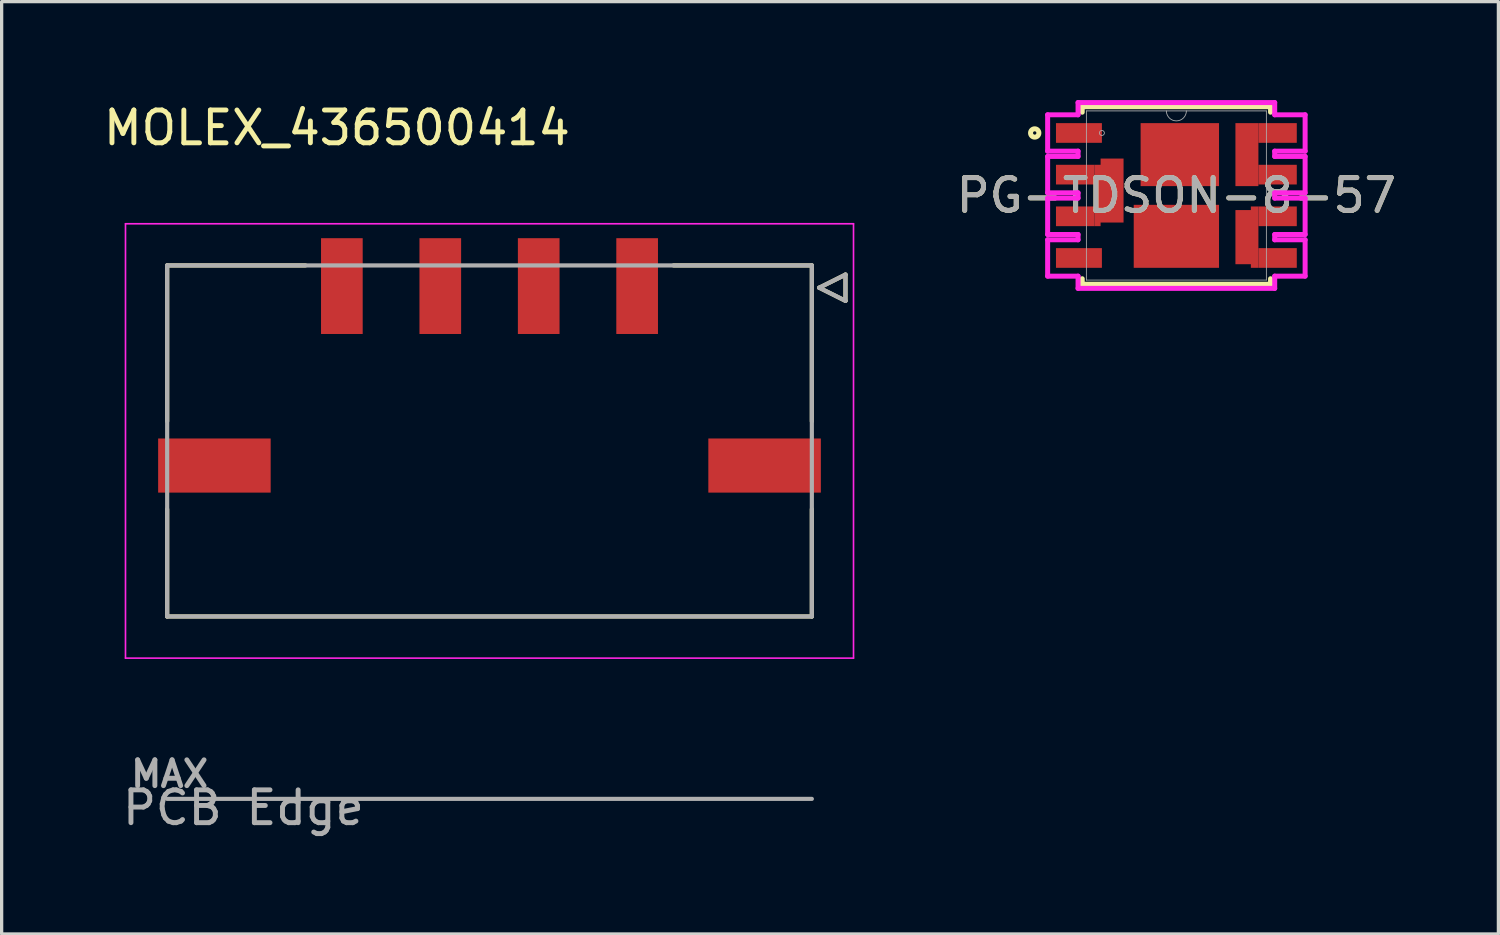
<source format=kicad_pcb>
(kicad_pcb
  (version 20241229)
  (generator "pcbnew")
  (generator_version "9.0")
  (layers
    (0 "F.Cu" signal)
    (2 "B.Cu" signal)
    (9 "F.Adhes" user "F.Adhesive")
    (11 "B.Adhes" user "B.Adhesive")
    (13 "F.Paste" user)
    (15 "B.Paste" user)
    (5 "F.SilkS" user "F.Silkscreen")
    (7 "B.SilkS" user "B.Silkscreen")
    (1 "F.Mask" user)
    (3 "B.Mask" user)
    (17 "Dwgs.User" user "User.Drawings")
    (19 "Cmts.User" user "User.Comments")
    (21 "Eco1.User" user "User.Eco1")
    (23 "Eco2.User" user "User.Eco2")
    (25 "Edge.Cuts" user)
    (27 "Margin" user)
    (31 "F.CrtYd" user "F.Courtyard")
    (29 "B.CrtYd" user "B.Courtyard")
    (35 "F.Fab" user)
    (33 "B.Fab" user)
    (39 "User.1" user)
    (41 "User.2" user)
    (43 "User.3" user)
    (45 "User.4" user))
  (footprint "MOLEX_436500414"
    (layer "F.Cu")
    (at 11.87 10.79)
    (property "Reference" "MOLEX_436500414" (at -4.65 -9.942 0) (layer "F.SilkS") (effects (font (size 1 1) (thickness 0.15))))
    (attr smd)
    (fp_poly (pts (xy -10.176 -0.551) (xy -6.594 -0.551) (xy -6.594 1.251) (xy -10.176 1.251)) (stroke (width 0.01) (type solid)) (fill yes) (layer "F.Mask"))
    (fp_poly (pts (xy -5.211 -6.656) (xy -3.789 -6.656) (xy -3.789 -3.584) (xy -5.211 -3.584)) (stroke (width 0.01) (type solid)) (fill yes) (layer "F.Mask"))
    (fp_poly (pts (xy -2.211 -6.656) (xy -0.789 -6.656) (xy -0.789 -3.584) (xy -2.211 -3.584)) (stroke (width 0.01) (type solid)) (fill yes) (layer "F.Mask"))
    (fp_poly (pts (xy 0.789 -6.656) (xy 2.211 -6.656) (xy 2.211 -3.584) (xy 0.789 -3.584)) (stroke (width 0.01) (type solid)) (fill yes) (layer "F.Mask"))
    (fp_poly (pts (xy 3.789 -6.656) (xy 5.211 -6.656) (xy 5.211 -3.584) (xy 3.789 -3.584)) (stroke (width 0.01) (type solid)) (fill yes) (layer "F.Mask"))
    (fp_poly (pts (xy 6.594 -0.551) (xy 10.176 -0.551) (xy 10.176 1.251) (xy 6.594 1.251)) (stroke (width 0.01) (type solid)) (fill yes) (layer "F.Mask"))
    (fp_line (start -9.825 -5.75) (end -9.825 -1) (stroke (width 0.127) (type solid)) (layer "F.SilkS"))
    (fp_line (start -9.825 -5.75) (end -5.61 -5.75) (stroke (width 0.127) (type solid)) (layer "F.SilkS"))
    (fp_line (start -9.825 1.68) (end -9.825 4.95) (stroke (width 0.127) (type solid)) (layer "F.SilkS"))
    (fp_line (start 9.825 -5.75) (end 5.61 -5.75) (stroke (width 0.127) (type solid)) (layer "F.SilkS"))
    (fp_line (start 9.825 -5.75) (end 9.825 -1) (stroke (width 0.127) (type solid)) (layer "F.SilkS"))
    (fp_line (start 9.825 4.95) (end -9.825 4.95) (stroke (width 0.127) (type solid)) (layer "F.SilkS"))
    (fp_line (start 9.825 4.95) (end 9.825 1.68) (stroke (width 0.127) (type solid)) (layer "F.SilkS"))
    (fp_line (start 10.05 -5.07) (end 10.85 -5.47) (stroke (width 0.127) (type solid)) (layer "F.SilkS"))
    (fp_line (start 10.85 -5.47) (end 10.85 -4.67) (stroke (width 0.127) (type solid)) (layer "F.SilkS"))
    (fp_line (start 10.85 -4.67) (end 10.05 -5.07) (stroke (width 0.127) (type solid)) (layer "F.SilkS"))
    (fp_line (start -11.095 -7.02) (end 11.095 -7.02) (stroke (width 0.05) (type solid)) (layer "F.CrtYd"))
    (fp_line (start -11.095 6.22) (end -11.095 -7.02) (stroke (width 0.05) (type solid)) (layer "F.CrtYd"))
    (fp_line (start 11.095 6.22) (end -11.095 6.22) (stroke (width 0.05) (type solid)) (layer "F.CrtYd"))
    (fp_line (start 11.095 6.22) (end 11.095 -7.02) (stroke (width 0.05) (type solid)) (layer "F.CrtYd"))
    (fp_line (start -9.825 -5.75) (end 9.825 -5.75) (stroke (width 0.127) (type solid)) (layer "F.Fab"))
    (fp_line (start -9.825 4.95) (end -9.825 -5.75) (stroke (width 0.127) (type solid)) (layer "F.Fab"))
    (fp_line (start 9.825 4.95) (end -9.825 4.95) (stroke (width 0.127) (type solid)) (layer "F.Fab"))
    (fp_line (start 9.825 4.95) (end 9.825 -5.75) (stroke (width 0.127) (type solid)) (layer "F.Fab"))
    (fp_line (start 9.825 10.51) (end -9.825 10.51) (stroke (width 0.127) (type solid)) (layer "F.Fab"))
    (fp_line (start 10.05 -5.07) (end 10.85 -5.47) (stroke (width 0.127) (type solid)) (layer "F.Fab"))
    (fp_line (start 10.85 -5.47) (end 10.85 -4.67) (stroke (width 0.127) (type solid)) (layer "F.Fab"))
    (fp_line (start 10.85 -4.67) (end 10.05 -5.07) (stroke (width 0.127) (type solid)) (layer "F.Fab"))
    (fp_text user "PCB Edge" (at -7.5 10.78 0) (layer "F.Fab") (effects (font (size 1 1) (thickness 0.15))))
    (fp_text user "MAX" (at -9.75 9.75 0) (layer "F.Fab") (effects (font (size 0.787 0.787) (thickness 0.15))))
    (pad "1" smd rect (at 4.5 -5.12) (size 1.27 2.92) (layers "F.Cu" "F.Paste"))
    (pad "2" smd rect (at 1.5 -5.12) (size 1.27 2.92) (layers "F.Cu" "F.Paste"))
    (pad "3" smd rect (at -1.5 -5.12) (size 1.27 2.92) (layers "F.Cu" "F.Paste"))
    (pad "4" smd rect (at -4.5 -5.12) (size 1.27 2.92) (layers "F.Cu" "F.Paste"))
    (pad "S1" smd rect (at 8.385 0.35) (size 3.43 1.65) (layers "F.Cu" "F.Paste"))
    (pad "S2" smd rect (at -8.385 0.35) (size 3.43 1.65) (layers "F.Cu" "F.Paste"))
    (zone (net_name "") (layer "F.Cu") (hatch full 0.508) (connect_pads) (min_thickness 0.01) (filled_areas_thickness no) (keepout (tracks not_allowed) (vias not_allowed) (pads not_allowed) (copperpour not_allowed) (footprints allowed)) (placement (enabled no)) (fill) (polygon (pts (xy 3.295 7.49) (xy 5.745 7.49) (xy 5.745 9.09) (xy 3.295 9.09))))
    (zone (net_name "") (layer "F.Cu") (hatch full 0.508) (connect_pads) (min_thickness 0.01) (filled_areas_thickness no) (keepout (tracks not_allowed) (vias not_allowed) (pads not_allowed) (copperpour not_allowed) (footprints allowed)) (placement (enabled no)) (fill) (polygon (pts (xy 17.995 7.49) (xy 20.445 7.49) (xy 20.445 9.09) (xy 17.995 9.09))))
    (zone (net_name "") (layers "F.Cu" "B.Cu") (hatch full 0.508) (connect_pads) (min_thickness 0.01) (filled_areas_thickness no) (keepout (tracks allowed) (vias not_allowed) (pads allowed) (copperpour allowed) (footprints allowed)) (placement (enabled no)) (fill) (polygon (pts (xy 3.295 7.49) (xy 5.745 7.49) (xy 5.745 9.09) (xy 3.295 9.09))))
    (zone (net_name "") (layers "F.Cu" "B.Cu") (hatch full 0.508) (connect_pads) (min_thickness 0.01) (filled_areas_thickness no) (keepout (tracks allowed) (vias not_allowed) (pads allowed) (copperpour allowed) (footprints allowed)) (placement (enabled no)) (fill) (polygon (pts (xy 17.995 7.49) (xy 20.445 7.49) (xy 20.445 9.09) (xy 17.995 9.09)))))
  (footprint "PG-TDSON-8-57"
    (layer "F.Cu")
    (at 32.806 2.908)
    (property "Reference" "PG-TDSON-8-57" (at 0 0 0) (unlocked yes) (layer "F.SilkS") (effects (font (size 1 1) (thickness 0.15))))
    (attr smd)
    (fp_poly (pts (xy -1.3 0.285) (xy 1.3 0.285) (xy 1.3 2.205) (xy -1.3 2.205)) (stroke (width 0) (type solid)) (fill yes) (layer "F.Cu"))
    (fp_poly (pts (xy -1.09 -2.205) (xy 1.3 -2.205) (xy 1.3 -0.285) (xy -1.09 -0.285)) (stroke (width 0) (type solid)) (fill yes) (layer "F.Cu"))
    (fp_poly (pts (xy 2.5 -2.205) (xy 1.8 -2.205) (xy 1.8 -0.285) (xy 2.5 -0.285) (xy 2.5 -0.335) (xy 2.5 -0.935) (xy 2.5 -1.605)) (stroke (width 0) (type solid)) (fill yes) (layer "F.Cu"))
    (fp_poly (pts (xy -1.61 -1.125) (xy -2.31 -1.125) (xy -2.31 -0.935) (xy -2.5 -0.935) (xy -2.5 -0.335) (xy -2.5 0.335) (xy -2.5 0.935) (xy -2.31 0.935) (xy -2.31 0.825) (xy -1.61 0.825)) (stroke (width 0) (type solid)) (fill yes) (layer "F.Cu"))
    (fp_poly (pts (xy 2.5 0.335) (xy 2.27 0.335) (xy 2.27 0.445) (xy 1.8 0.445) (xy 1.8 2.095) (xy 2.27 2.095) (xy 2.27 2.205) (xy 2.5 2.205) (xy 2.5 1.605) (xy 2.5 0.935)) (stroke (width 0) (type solid)) (fill yes) (layer "F.Cu"))
    (fp_poly (pts (xy -1.3 0.285) (xy 1.3 0.285) (xy 1.3 2.205) (xy -1.3 2.205)) (stroke (width 0) (type solid)) (fill yes) (layer "F.Mask"))
    (fp_poly (pts (xy -1.09 -2.205) (xy 1.3 -2.205) (xy 1.3 -0.285) (xy -1.09 -0.285)) (stroke (width 0) (type solid)) (fill yes) (layer "F.Mask"))
    (fp_poly (pts (xy 2.5 -2.205) (xy 1.8 -2.205) (xy 1.8 -0.285) (xy 2.5 -0.285) (xy 2.5 -0.335) (xy 2.5 -0.935) (xy 2.5 -1.605)) (stroke (width 0) (type solid)) (fill yes) (layer "F.Mask"))
    (fp_poly (pts (xy -1.61 -1.125) (xy -2.31 -1.125) (xy -2.31 -0.935) (xy -2.5 -0.935) (xy -2.5 -0.335) (xy -2.5 0.335) (xy -2.5 0.935) (xy -2.31 0.935) (xy -2.31 0.825) (xy -1.61 0.825)) (stroke (width 0) (type solid)) (fill yes) (layer "F.Mask"))
    (fp_poly (pts (xy 2.5 0.335) (xy 2.27 0.335) (xy 2.27 0.445) (xy 1.8 0.445) (xy 1.8 2.095) (xy 2.27 2.095) (xy 2.27 2.205) (xy 2.5 2.205) (xy 2.5 1.605) (xy 2.5 0.935)) (stroke (width 0) (type solid)) (fill yes) (layer "F.Mask"))
    (fp_line (start -2.87 -2.705) (end 2.87 -2.705) (stroke (width 0.152) (type solid)) (layer "F.SilkS"))
    (fp_line (start -2.87 -2.538) (end -2.87 -2.705) (stroke (width 0.152) (type solid)) (layer "F.SilkS"))
    (fp_line (start -2.87 2.705) (end -2.87 2.538) (stroke (width 0.152) (type solid)) (layer "F.SilkS"))
    (fp_line (start 2.87 -2.705) (end 2.87 -2.538) (stroke (width 0.152) (type solid)) (layer "F.SilkS"))
    (fp_line (start 2.87 2.538) (end 2.87 2.705) (stroke (width 0.152) (type solid)) (layer "F.SilkS"))
    (fp_line (start 2.87 2.705) (end -2.87 2.705) (stroke (width 0.152) (type solid)) (layer "F.SilkS"))
    (fp_circle (center -4.318 -1.905) (end -4.191 -1.905) (stroke (width 0.152) (type solid)) (fill no) (layer "F.SilkS"))
    (fp_poly (pts (xy -3.62 1.655) (xy -2.47 1.655) (xy -2.47 2.155) (xy -3.62 2.155)) (stroke (width 0) (type solid)) (fill yes) (layer "F.Paste"))
    (fp_poly (pts (xy -3.62 -2.155) (xy -2.47 -2.155) (xy -2.47 -1.655) (xy -3.62 -1.655)) (stroke (width 0) (type solid)) (fill yes) (layer "F.Paste"))
    (fp_poly (pts (xy -3.62 -0.885) (xy -2.47 -0.885) (xy -2.47 -0.385) (xy -3.62 -0.385)) (stroke (width 0) (type solid)) (fill yes) (layer "F.Paste"))
    (fp_poly (pts (xy -3.62 0.385) (xy -2.47 0.385) (xy -2.47 0.885) (xy -3.62 0.885)) (stroke (width 0) (type solid)) (fill yes) (layer "F.Paste"))
    (fp_poly (pts (xy -2.26 -0.935) (xy -1.66 -0.935) (xy -1.66 0.635) (xy -2.26 0.635)) (stroke (width 0) (type solid)) (fill yes) (layer "F.Paste"))
    (fp_poly (pts (xy -0.885 0.665) (xy -0.135 0.665) (xy -0.135 1.815) (xy -0.885 1.815)) (stroke (width 0) (type solid)) (fill yes) (layer "F.Paste"))
    (fp_poly (pts (xy -0.78 -1.77) (xy -0.03 -1.77) (xy -0.03 -0.72) (xy -0.78 -0.72)) (stroke (width 0) (type solid)) (fill yes) (layer "F.Paste"))
    (fp_poly (pts (xy 0.115 0.665) (xy 0.865 0.665) (xy 0.865 1.815) (xy 0.115 1.815)) (stroke (width 0) (type solid)) (fill yes) (layer "F.Paste"))
    (fp_poly (pts (xy 0.22 -1.77) (xy 0.97 -1.77) (xy 0.97 -0.72) (xy 0.22 -0.72)) (stroke (width 0) (type solid)) (fill yes) (layer "F.Paste"))
    (fp_poly (pts (xy 1.85 -1.68) (xy 2.25 -1.68) (xy 2.25 -0.81) (xy 1.85 -0.81)) (stroke (width 0) (type solid)) (fill yes) (layer "F.Paste"))
    (fp_poly (pts (xy 1.85 0.935) (xy 2.27 0.935) (xy 2.27 1.605) (xy 1.85 1.605)) (stroke (width 0) (type solid)) (fill yes) (layer "F.Paste"))
    (fp_poly (pts (xy 2.47 -2.155) (xy 3.62 -2.155) (xy 3.62 -1.655) (xy 2.47 -1.655)) (stroke (width 0) (type solid)) (fill yes) (layer "F.Paste"))
    (fp_poly (pts (xy 2.47 -0.885) (xy 3.62 -0.885) (xy 3.62 -0.385) (xy 2.47 -0.385)) (stroke (width 0) (type solid)) (fill yes) (layer "F.Paste"))
    (fp_poly (pts (xy 2.47 0.385) (xy 3.62 0.385) (xy 3.62 0.885) (xy 2.47 0.885)) (stroke (width 0) (type solid)) (fill yes) (layer "F.Paste"))
    (fp_poly (pts (xy 2.47 1.655) (xy 3.62 1.655) (xy 3.62 2.155) (xy 2.47 2.155)) (stroke (width 0) (type solid)) (fill yes) (layer "F.Paste"))
    (fp_line (start -3.924 -2.459) (end -3.924 -1.351) (stroke (width 0.152) (type solid)) (layer "F.CrtYd"))
    (fp_line (start -3.924 -1.351) (end -2.997 -1.351) (stroke (width 0.152) (type solid)) (layer "F.CrtYd"))
    (fp_line (start -3.924 -1.189) (end -3.924 -0.081) (stroke (width 0.152) (type solid)) (layer "F.CrtYd"))
    (fp_line (start -3.924 -0.081) (end -2.997 -0.081) (stroke (width 0.152) (type solid)) (layer "F.CrtYd"))
    (fp_line (start -3.924 0.081) (end -3.924 1.189) (stroke (width 0.152) (type solid)) (layer "F.CrtYd"))
    (fp_line (start -3.924 1.189) (end -2.997 1.189) (stroke (width 0.152) (type solid)) (layer "F.CrtYd"))
    (fp_line (start -3.924 1.351) (end -3.924 2.459) (stroke (width 0.152) (type solid)) (layer "F.CrtYd"))
    (fp_line (start -3.924 2.459) (end -2.997 2.459) (stroke (width 0.152) (type solid)) (layer "F.CrtYd"))
    (fp_line (start -2.997 -2.832) (end -2.997 -2.459) (stroke (width 0.152) (type solid)) (layer "F.CrtYd"))
    (fp_line (start -2.997 -2.459) (end -3.924 -2.459) (stroke (width 0.152) (type solid)) (layer "F.CrtYd"))
    (fp_line (start -2.997 -1.351) (end -2.997 -1.189) (stroke (width 0.152) (type solid)) (layer "F.CrtYd"))
    (fp_line (start -2.997 -1.189) (end -3.924 -1.189) (stroke (width 0.152) (type solid)) (layer "F.CrtYd"))
    (fp_line (start -2.997 -0.081) (end -2.997 0.081) (stroke (width 0.152) (type solid)) (layer "F.CrtYd"))
    (fp_line (start -2.997 0.081) (end -3.924 0.081) (stroke (width 0.152) (type solid)) (layer "F.CrtYd"))
    (fp_line (start -2.997 1.189) (end -2.997 1.351) (stroke (width 0.152) (type solid)) (layer "F.CrtYd"))
    (fp_line (start -2.997 1.351) (end -3.924 1.351) (stroke (width 0.152) (type solid)) (layer "F.CrtYd"))
    (fp_line (start -2.997 2.459) (end -2.997 2.832) (stroke (width 0.152) (type solid)) (layer "F.CrtYd"))
    (fp_line (start -2.997 2.832) (end 2.997 2.832) (stroke (width 0.152) (type solid)) (layer "F.CrtYd"))
    (fp_line (start 2.997 -2.832) (end -2.997 -2.832) (stroke (width 0.152) (type solid)) (layer "F.CrtYd"))
    (fp_line (start 2.997 -2.459) (end 2.997 -2.832) (stroke (width 0.152) (type solid)) (layer "F.CrtYd"))
    (fp_line (start 2.997 -1.351) (end 3.924 -1.351) (stroke (width 0.152) (type solid)) (layer "F.CrtYd"))
    (fp_line (start 2.997 -1.189) (end 2.997 -1.351) (stroke (width 0.152) (type solid)) (layer "F.CrtYd"))
    (fp_line (start 2.997 -0.081) (end 3.924 -0.081) (stroke (width 0.152) (type solid)) (layer "F.CrtYd"))
    (fp_line (start 2.997 0.081) (end 2.997 -0.081) (stroke (width 0.152) (type solid)) (layer "F.CrtYd"))
    (fp_line (start 2.997 1.189) (end 3.924 1.189) (stroke (width 0.152) (type solid)) (layer "F.CrtYd"))
    (fp_line (start 2.997 1.351) (end 2.997 1.189) (stroke (width 0.152) (type solid)) (layer "F.CrtYd"))
    (fp_line (start 2.997 2.459) (end 3.924 2.459) (stroke (width 0.152) (type solid)) (layer "F.CrtYd"))
    (fp_line (start 2.997 2.832) (end 2.997 2.459) (stroke (width 0.152) (type solid)) (layer "F.CrtYd"))
    (fp_line (start 3.924 -2.459) (end 2.997 -2.459) (stroke (width 0.152) (type solid)) (layer "F.CrtYd"))
    (fp_line (start 3.924 -1.351) (end 3.924 -2.459) (stroke (width 0.152) (type solid)) (layer "F.CrtYd"))
    (fp_line (start 3.924 -1.189) (end 2.997 -1.189) (stroke (width 0.152) (type solid)) (layer "F.CrtYd"))
    (fp_line (start 3.924 -0.081) (end 3.924 -1.189) (stroke (width 0.152) (type solid)) (layer "F.CrtYd"))
    (fp_line (start 3.924 0.081) (end 2.997 0.081) (stroke (width 0.152) (type solid)) (layer "F.CrtYd"))
    (fp_line (start 3.924 1.189) (end 3.924 0.081) (stroke (width 0.152) (type solid)) (layer "F.CrtYd"))
    (fp_line (start 3.924 1.351) (end 2.997 1.351) (stroke (width 0.152) (type solid)) (layer "F.CrtYd"))
    (fp_line (start 3.924 2.459) (end 3.924 1.351) (stroke (width 0.152) (type solid)) (layer "F.CrtYd"))
    (fp_line (start -2.743 -2.578) (end -2.743 2.578) (stroke (width 0.025) (type solid)) (layer "F.Fab"))
    (fp_line (start -2.743 2.578) (end 2.743 2.578) (stroke (width 0.025) (type solid)) (layer "F.Fab"))
    (fp_line (start 2.743 -2.578) (end -2.743 -2.578) (stroke (width 0.025) (type solid)) (layer "F.Fab"))
    (fp_line (start 2.743 2.578) (end 2.743 -2.578) (stroke (width 0.025) (type solid)) (layer "F.Fab"))
    (fp_arc (start 0.3048 -2.5781) (mid 0 -2.2733) (end -0.3048 -2.5781) (stroke (width 0.0254) (type solid)) (layer "F.Fab"))
    (fp_circle (center -2.27 -1.905) (end -2.194 -1.905) (stroke (width 0.025) (type solid)) (fill no) (layer "F.Fab"))
    (fp_text user "${REFERENCE}" (at 0 0 0) (unlocked yes) (layer "F.Fab") (effects (font (size 1 1) (thickness 0.15))))
    (pad "1" smd rect (at -2.97 -1.905) (size 1.4 0.6) (layers "F.Cu" "F.Mask"))
    (pad "2" smd rect (at -3.085 -0.635) (size 1.17 0.6) (layers "F.Cu" "F.Mask"))
    (pad "3" smd rect (at -3.085 0.635) (size 1.17 0.6) (layers "F.Cu" "F.Mask"))
    (pad "4" smd rect (at -2.97 1.905) (size 1.4 0.6) (layers "F.Cu" "F.Mask"))
    (pad "5" smd rect (at 3.085 1.905) (size 1.17 0.6) (layers "F.Cu" "F.Mask"))
    (pad "6" smd rect (at 3.085 0.635) (size 1.17 0.6) (layers "F.Cu" "F.Mask"))
    (pad "7" smd rect (at 3.085 -0.635) (size 1.17 0.6) (layers "F.Cu" "F.Mask"))
    (pad "8" smd rect (at 3.085 -1.905) (size 1.17 0.6) (layers "F.Cu" "F.Mask"))
    (zone (net_name "") (layer "F.Cu") (hatch full 0.508) (connect_pads) (min_thickness 0.254) (filled_areas_thickness no) (keepout (tracks not_allowed) (vias not_allowed) (pads allowed) (copperpour not_allowed) (footprints allowed)) (placement (enabled no)) (fill) (polygon (pts (xy 31.196 3.193) (xy 31.506 3.193) (xy 31.506 3.733) (xy 31.196 3.733))))
    (zone (net_name "") (layer "F.Cu") (hatch full 0.508) (connect_pads) (min_thickness 0.254) (filled_areas_thickness no) (keepout (tracks not_allowed) (vias not_allowed) (pads allowed) (copperpour not_allowed) (footprints allowed)) (placement (enabled no)) (fill) (polygon (pts (xy 34.106 0.703) (xy 34.606 0.703) (xy 34.606 2.623) (xy 34.106 2.623)))))
  (gr_rect
    (start -3 -3)
    (end 42.621 25.418)
    (stroke (width 0.1) (type default))
    (fill no)
    (layer "Edge.Cuts")))
</source>
